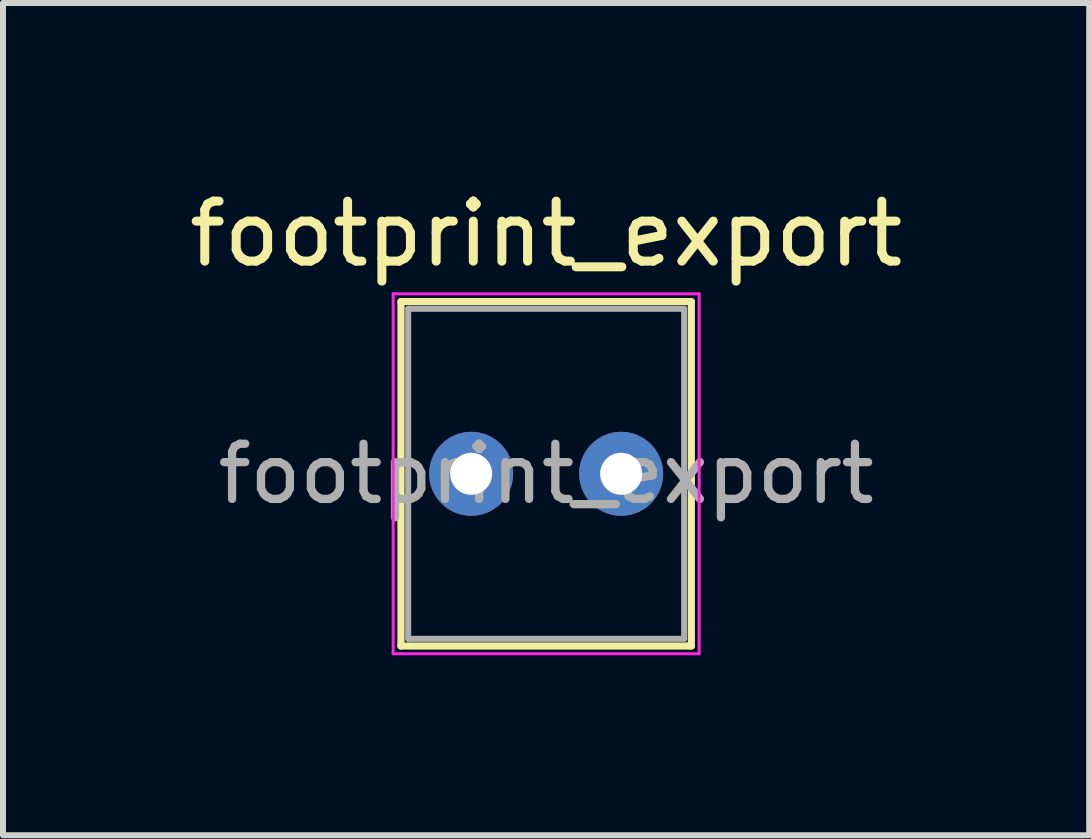
<source format=kicad_pcb>
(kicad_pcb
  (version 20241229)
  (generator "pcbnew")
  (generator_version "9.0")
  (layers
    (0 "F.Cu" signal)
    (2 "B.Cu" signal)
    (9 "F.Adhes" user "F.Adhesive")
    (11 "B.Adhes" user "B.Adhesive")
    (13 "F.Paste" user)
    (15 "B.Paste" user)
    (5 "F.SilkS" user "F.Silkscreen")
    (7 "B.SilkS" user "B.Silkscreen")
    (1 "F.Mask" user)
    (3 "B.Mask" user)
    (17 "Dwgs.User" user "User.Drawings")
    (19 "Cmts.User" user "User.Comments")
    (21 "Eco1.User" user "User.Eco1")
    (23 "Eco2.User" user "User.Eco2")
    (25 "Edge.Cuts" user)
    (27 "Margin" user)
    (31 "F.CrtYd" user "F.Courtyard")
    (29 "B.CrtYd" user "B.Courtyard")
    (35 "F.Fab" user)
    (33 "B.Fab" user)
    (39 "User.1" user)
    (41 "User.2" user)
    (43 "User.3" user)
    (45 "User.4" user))
  (footprint "footprint_export"
    (layer "F.Cu")
    (at 4.804 4.848)
    (property "Reference" "footprint_export" (at 1.25 -4 0) (layer "F.SilkS") (effects (font (size 1 1) (thickness 0.15))))
    (attr through_hole)
    (fp_line (start -1.17 -2.87) (end -1.17 2.87) (stroke (width 0.12) (type solid)) (layer "F.SilkS"))
    (fp_line (start -1.17 -2.87) (end 3.67 -2.87) (stroke (width 0.12) (type solid)) (layer "F.SilkS"))
    (fp_line (start -1.17 2.87) (end 3.67 2.87) (stroke (width 0.12) (type solid)) (layer "F.SilkS"))
    (fp_line (start 3.67 -2.87) (end 3.67 2.87) (stroke (width 0.12) (type solid)) (layer "F.SilkS"))
    (fp_line (start -1.3 -3) (end -1.3 3) (stroke (width 0.05) (type solid)) (layer "F.CrtYd"))
    (fp_line (start -1.3 3) (end 3.8 3) (stroke (width 0.05) (type solid)) (layer "F.CrtYd"))
    (fp_line (start 3.8 -3) (end -1.3 -3) (stroke (width 0.05) (type solid)) (layer "F.CrtYd"))
    (fp_line (start 3.8 3) (end 3.8 -3) (stroke (width 0.05) (type solid)) (layer "F.CrtYd"))
    (fp_line (start -1.05 -2.75) (end -1.05 2.75) (stroke (width 0.1) (type solid)) (layer "F.Fab"))
    (fp_line (start -1.05 2.75) (end 3.55 2.75) (stroke (width 0.1) (type solid)) (layer "F.Fab"))
    (fp_line (start 3.55 -2.75) (end -1.05 -2.75) (stroke (width 0.1) (type solid)) (layer "F.Fab"))
    (fp_line (start 3.55 2.75) (end 3.55 -2.75) (stroke (width 0.1) (type solid)) (layer "F.Fab"))
    (fp_text user "${REFERENCE}" (at 1.25 0 0) (layer "F.Fab") (effects (font (size 0.92 0.92) (thickness 0.138))))
    (pad "1" thru_hole circle (at 0 0) (size 1.4 1.4) (drill 0.7) (layers "*.Cu" "*.Mask"))
    (pad "2" thru_hole circle (at 2.5 0) (size 1.4 1.4) (drill 0.7) (layers "*.Cu" "*.Mask")))
  (gr_rect
    (start -3 -3)
    (end 15.107 10.873)
    (stroke (width 0.1) (type default))
    (fill no)
    (layer "Edge.Cuts")))
</source>
